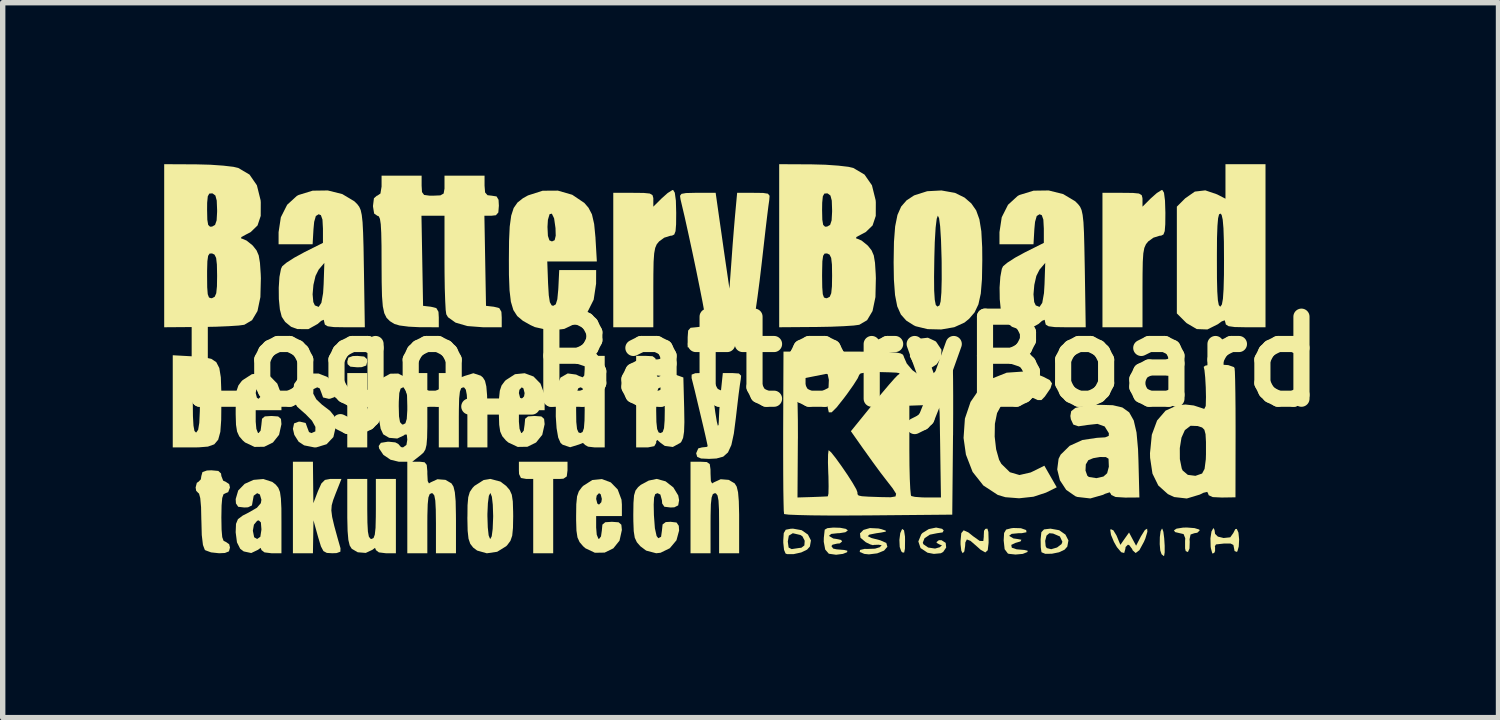
<source format=kicad_pcb>
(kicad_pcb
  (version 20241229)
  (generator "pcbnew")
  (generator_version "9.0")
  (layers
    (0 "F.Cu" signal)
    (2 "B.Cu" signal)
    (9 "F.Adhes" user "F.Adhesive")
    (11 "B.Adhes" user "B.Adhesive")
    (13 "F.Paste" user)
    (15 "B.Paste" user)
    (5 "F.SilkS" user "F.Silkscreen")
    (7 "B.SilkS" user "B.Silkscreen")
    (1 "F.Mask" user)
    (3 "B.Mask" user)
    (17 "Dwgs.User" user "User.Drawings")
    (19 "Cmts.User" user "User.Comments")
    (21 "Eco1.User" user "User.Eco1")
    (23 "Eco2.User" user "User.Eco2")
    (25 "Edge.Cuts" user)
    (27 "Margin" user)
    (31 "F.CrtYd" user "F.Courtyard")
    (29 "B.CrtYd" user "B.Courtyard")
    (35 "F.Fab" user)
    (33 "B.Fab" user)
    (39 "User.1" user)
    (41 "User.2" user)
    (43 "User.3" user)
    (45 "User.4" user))
  (footprint "Logo_BatteryBoard"
    (layer "F.Cu")
    (at 10.893 3.667)
    (property "Reference" "Logo_BatteryBoard" (at 0 0 0) (layer "F.SilkS") (effects (font (size 1.524 1.524) (thickness 0.3))))
    (attr board_only exclude_from_pos_files exclude_from_bom)
    (fp_poly (pts (xy -7.121 1.594) (xy -7.492 1.594) (xy -7.492 0.213) (xy -7.121 0.213)) (stroke (width 0) (type solid)) (fill yes) (layer "F.SilkS"))
    (fp_poly (pts (xy -7.178 -0.094) (xy -7.127 -0.048) (xy -7.121 0) (xy -7.141 0.073) (xy -7.223 0.103) (xy -7.306 0.106) (xy -7.435 0.094) (xy -7.486 0.048) (xy -7.492 0) (xy -7.472 -0.073) (xy -7.39 -0.103) (xy -7.306 -0.106)) (stroke (width 0) (type solid)) (fill yes) (layer "F.SilkS"))
    (fp_poly (pts (xy 2.85 3.134) (xy 2.868 3.249) (xy 2.869 3.318) (xy 2.867 3.476) (xy 2.853 3.546) (xy 2.824 3.547) (xy 2.799 3.525) (xy 2.77 3.443) (xy 2.764 3.313) (xy 2.78 3.186) (xy 2.814 3.11) (xy 2.816 3.109)) (stroke (width 0) (type solid)) (fill yes) (layer "F.SilkS"))
    (fp_poly (pts (xy 3.435 -0.378) (xy 3.448 -0.366) (xy 3.546 -0.22) (xy 3.538 -0.068) (xy 3.454 0.053) (xy 3.304 0.147) (xy 3.153 0.135) (xy 3.035 0.048) (xy 2.959 -0.093) (xy 2.968 -0.232) (xy 3.04 -0.351) (xy 3.155 -0.428) (xy 3.293 -0.444)) (stroke (width 0) (type solid)) (fill yes) (layer "F.SilkS"))
    (fp_poly (pts (xy -3.401 2.019) (xy -3.415 2.133) (xy -3.476 2.175) (xy -3.534 2.179) (xy -3.667 2.179) (xy -3.667 3.56) (xy -4.038 3.56) (xy -4.038 2.179) (xy -4.171 2.179) (xy -4.266 2.162) (xy -4.301 2.089) (xy -4.304 2.019) (xy -4.304 1.86) (xy -3.401 1.86)) (stroke (width 0) (type solid)) (fill yes) (layer "F.SilkS"))
    (fp_poly (pts (xy 7.648 3.106) (xy 7.668 3.163) (xy 7.683 3.281) (xy 7.692 3.421) (xy 7.692 3.544) (xy 7.681 3.61) (xy 7.677 3.613) (xy 7.64 3.584) (xy 7.634 3.578) (xy 7.61 3.509) (xy 7.6 3.391) (xy 7.602 3.26) (xy 7.616 3.152) (xy 7.64 3.104)) (stroke (width 0) (type solid)) (fill yes) (layer "F.SilkS"))
    (fp_poly (pts (xy 8.246 3.093) (xy 8.332 3.119) (xy 8.343 3.135) (xy 8.298 3.179) (xy 8.243 3.188) (xy 8.173 3.212) (xy 8.154 3.3) (xy 8.157 3.349) (xy 8.153 3.471) (xy 8.124 3.538) (xy 8.083 3.52) (xy 8.071 3.47) (xy 8.071 3.331) (xy 8.074 3.281) (xy 8.043 3.204) (xy 7.974 3.188) (xy 7.886 3.167) (xy 7.864 3.135) (xy 7.912 3.103) (xy 8.032 3.084) (xy 8.104 3.082)) (stroke (width 0) (type solid)) (fill yes) (layer "F.SilkS"))
    (fp_poly (pts (xy 4.417 3.165) (xy 4.421 3.31) (xy 4.421 3.367) (xy 4.405 3.504) (xy 4.36 3.545) (xy 4.271 3.494) (xy 4.208 3.437) (xy 4.085 3.33) (xy 4.017 3.304) (xy 3.989 3.359) (xy 3.985 3.427) (xy 3.97 3.527) (xy 3.94 3.56) (xy 3.914 3.513) (xy 3.9 3.394) (xy 3.9 3.334) (xy 3.914 3.186) (xy 3.958 3.134) (xy 4.045 3.173) (xy 4.132 3.243) (xy 4.256 3.331) (xy 4.323 3.333) (xy 4.332 3.249) (xy 4.331 3.243) (xy 4.336 3.143) (xy 4.361 3.107) (xy 4.399 3.103)) (stroke (width 0) (type solid)) (fill yes) (layer "F.SilkS"))
    (fp_poly (pts (xy -8.122 2.63) (xy -8.036 2.404) (xy -7.973 2.264) (xy -7.907 2.198) (xy -7.807 2.179) (xy -7.775 2.179) (xy -7.6 2.179) (xy -7.71 2.456) (xy -7.754 2.572) (xy -7.781 2.668) (xy -7.788 2.765) (xy -7.773 2.886) (xy -7.734 3.052) (xy -7.67 3.285) (xy -7.618 3.467) (xy -7.62 3.531) (xy -7.69 3.557) (xy -7.771 3.56) (xy -7.872 3.554) (xy -7.935 3.52) (xy -7.981 3.433) (xy -8.031 3.269) (xy -8.035 3.255) (xy -8.12 2.949) (xy -8.125 3.255) (xy -8.13 3.56) (xy -8.502 3.56) (xy -8.502 1.86) (xy -8.13 1.86)) (stroke (width 0) (type solid)) (fill yes) (layer "F.SilkS"))
    (fp_poly (pts (xy 7.371 3.16) (xy 7.333 3.286) (xy 7.307 3.347) (xy 7.222 3.503) (xy 7.153 3.556) (xy 7.098 3.507) (xy 7.087 3.481) (xy 7.034 3.41) (xy 7.009 3.401) (xy 6.966 3.444) (xy 6.961 3.481) (xy 6.94 3.555) (xy 6.884 3.541) (xy 6.805 3.447) (xy 6.75 3.351) (xy 6.695 3.219) (xy 6.681 3.129) (xy 6.69 3.112) (xy 6.739 3.135) (xy 6.797 3.23) (xy 6.803 3.244) (xy 6.869 3.404) (xy 6.949 3.289) (xy 7.03 3.175) (xy 7.095 3.297) (xy 7.161 3.42) (xy 7.251 3.246) (xy 7.324 3.129) (xy 7.366 3.104)) (stroke (width 0) (type solid)) (fill yes) (layer "F.SilkS"))
    (fp_poly (pts (xy -7.121 2.737) (xy -7.118 2.991) (xy -7.109 3.157) (xy -7.091 3.251) (xy -7.062 3.29) (xy -7.041 3.295) (xy -7.004 3.277) (xy -6.981 3.215) (xy -6.967 3.089) (xy -6.962 2.884) (xy -6.961 2.737) (xy -6.961 2.179) (xy -6.589 2.179) (xy -6.589 3.56) (xy -6.775 3.56) (xy -6.905 3.544) (xy -6.961 3.501) (xy -6.961 3.496) (xy -6.977 3.46) (xy -7.025 3.496) (xy -7.149 3.554) (xy -7.298 3.542) (xy -7.409 3.477) (xy -7.447 3.416) (xy -7.472 3.312) (xy -7.486 3.147) (xy -7.492 2.901) (xy -7.492 2.786) (xy -7.492 2.179) (xy -7.121 2.179)) (stroke (width 0) (type solid)) (fill yes) (layer "F.SilkS"))
    (fp_poly (pts (xy -5.483 0.226) (xy -5.422 0.26) (xy -5.42 0.268) (xy -5.388 0.295) (xy -5.317 0.268) (xy -5.15 0.216) (xy -5.012 0.262) (xy -4.972 0.296) (xy -4.934 0.357) (xy -4.909 0.46) (xy -4.895 0.626) (xy -4.889 0.872) (xy -4.889 0.987) (xy -4.889 1.594) (xy -5.261 1.594) (xy -5.261 1.036) (xy -5.263 0.781) (xy -5.272 0.616) (xy -5.29 0.522) (xy -5.319 0.483) (xy -5.34 0.478) (xy -5.377 0.495) (xy -5.4 0.558) (xy -5.414 0.684) (xy -5.419 0.889) (xy -5.42 1.036) (xy -5.42 1.594) (xy -5.792 1.594) (xy -5.792 0.213) (xy -5.606 0.213)) (stroke (width 0) (type solid)) (fill yes) (layer "F.SilkS"))
    (fp_poly (pts (xy -1.408 -3.137) (xy -1.388 -2.99) (xy -1.382 -2.763) (xy -1.384 -2.551) (xy -1.394 -2.424) (xy -1.418 -2.361) (xy -1.46 -2.34) (xy -1.488 -2.338) (xy -1.604 -2.302) (xy -1.7 -2.232) (xy -1.743 -2.18) (xy -1.772 -2.112) (xy -1.791 -2.01) (xy -1.802 -1.853) (xy -1.806 -1.624) (xy -1.807 -1.382) (xy -1.807 -0.638) (xy -2.551 -0.638) (xy -2.551 -3.135) (xy -2.179 -3.135) (xy -1.984 -3.133) (xy -1.873 -3.122) (xy -1.822 -3.092) (xy -1.807 -3.038) (xy -1.807 -3.006) (xy -1.807 -2.878) (xy -1.651 -3.033) (xy -1.541 -3.131) (xy -1.455 -3.185) (xy -1.439 -3.188)) (stroke (width 0) (type solid)) (fill yes) (layer "F.SilkS"))
    (fp_poly (pts (xy 3.557 3.106) (xy 3.587 3.135) (xy 3.567 3.173) (xy 3.464 3.188) (xy 3.464 3.188) (xy 3.329 3.215) (xy 3.231 3.281) (xy 3.199 3.362) (xy 3.209 3.392) (xy 3.299 3.454) (xy 3.427 3.473) (xy 3.515 3.448) (xy 3.555 3.41) (xy 3.52 3.402) (xy 3.459 3.37) (xy 3.454 3.352) (xy 3.497 3.318) (xy 3.547 3.318) (xy 3.624 3.367) (xy 3.633 3.454) (xy 3.577 3.536) (xy 3.534 3.56) (xy 3.404 3.572) (xy 3.287 3.55) (xy 3.157 3.464) (xy 3.116 3.341) (xy 3.17 3.209) (xy 3.192 3.184) (xy 3.31 3.111) (xy 3.446 3.083)) (stroke (width 0) (type solid)) (fill yes) (layer "F.SilkS"))
    (fp_poly (pts (xy 7.679 -3.137) (xy 7.698 -2.99) (xy 7.705 -2.763) (xy 7.703 -2.551) (xy 7.693 -2.424) (xy 7.669 -2.361) (xy 7.627 -2.34) (xy 7.599 -2.338) (xy 7.483 -2.302) (xy 7.386 -2.232) (xy 7.344 -2.18) (xy 7.314 -2.112) (xy 7.295 -2.01) (xy 7.285 -1.853) (xy 7.281 -1.624) (xy 7.28 -1.382) (xy 7.28 -0.638) (xy 6.536 -0.638) (xy 6.536 -3.135) (xy 6.908 -3.135) (xy 7.102 -3.133) (xy 7.214 -3.122) (xy 7.265 -3.092) (xy 7.279 -3.038) (xy 7.28 -3.006) (xy 7.28 -2.878) (xy 7.435 -3.033) (xy 7.546 -3.131) (xy 7.632 -3.185) (xy 7.648 -3.188)) (stroke (width 0) (type solid)) (fill yes) (layer "F.SilkS"))
    (fp_poly (pts (xy 0.949 3.132) (xy 1.065 3.213) (xy 1.121 3.322) (xy 1.101 3.436) (xy 1.049 3.493) (xy 0.941 3.545) (xy 0.801 3.576) (xy 0.682 3.577) (xy 0.65 3.566) (xy 0.621 3.497) (xy 0.607 3.365) (xy 0.607 3.343) (xy 0.691 3.343) (xy 0.706 3.454) (xy 0.762 3.483) (xy 0.784 3.48) (xy 0.903 3.462) (xy 0.943 3.458) (xy 0.999 3.415) (xy 1.005 3.328) (xy 0.963 3.246) (xy 0.926 3.221) (xy 0.784 3.188) (xy 0.71 3.233) (xy 0.691 3.343) (xy 0.607 3.343) (xy 0.607 3.321) (xy 0.616 3.185) (xy 0.653 3.123) (xy 0.745 3.105) (xy 0.788 3.103)) (stroke (width 0) (type solid)) (fill yes) (layer "F.SilkS"))
    (fp_poly (pts (xy 5.732 3.132) (xy 5.848 3.213) (xy 5.904 3.322) (xy 5.883 3.437) (xy 5.832 3.494) (xy 5.73 3.542) (xy 5.597 3.569) (xy 5.474 3.571) (xy 5.405 3.542) (xy 5.403 3.537) (xy 5.39 3.449) (xy 5.388 3.33) (xy 5.472 3.33) (xy 5.481 3.429) (xy 5.501 3.464) (xy 5.584 3.485) (xy 5.693 3.453) (xy 5.776 3.39) (xy 5.792 3.347) (xy 5.745 3.248) (xy 5.619 3.194) (xy 5.549 3.188) (xy 5.497 3.232) (xy 5.472 3.33) (xy 5.388 3.33) (xy 5.387 3.309) (xy 5.388 3.295) (xy 5.401 3.169) (xy 5.451 3.117) (xy 5.57 3.103) (xy 5.57 3.103)) (stroke (width 0) (type solid)) (fill yes) (layer "F.SilkS"))
    (fp_poly (pts (xy 8.618 3.127) (xy 8.628 3.2) (xy 8.68 3.251) (xy 8.787 3.277) (xy 8.91 3.264) (xy 8.965 3.187) (xy 8.966 3.186) (xy 9.003 3.113) (xy 9.031 3.107) (xy 9.062 3.176) (xy 9.075 3.302) (xy 9.068 3.434) (xy 9.043 3.524) (xy 9.032 3.535) (xy 8.99 3.519) (xy 8.98 3.465) (xy 8.968 3.406) (xy 8.915 3.379) (xy 8.8 3.379) (xy 8.645 3.396) (xy 8.623 3.433) (xy 8.628 3.443) (xy 8.628 3.52) (xy 8.611 3.555) (xy 8.577 3.565) (xy 8.551 3.47) (xy 8.546 3.437) (xy 8.542 3.282) (xy 8.561 3.158) (xy 8.563 3.153) (xy 8.597 3.091)) (stroke (width 0) (type solid)) (fill yes) (layer "F.SilkS"))
    (fp_poly (pts (xy -0.813 1.866) (xy -0.759 1.903) (xy -0.745 2.002) (xy -0.744 2.083) (xy -0.738 2.219) (xy -0.715 2.263) (xy -0.68 2.242) (xy -0.556 2.185) (xy -0.407 2.197) (xy -0.296 2.262) (xy -0.258 2.323) (xy -0.233 2.427) (xy -0.219 2.592) (xy -0.213 2.838) (xy -0.213 2.953) (xy -0.213 3.56) (xy -0.585 3.56) (xy -0.585 3.002) (xy -0.587 2.748) (xy -0.596 2.582) (xy -0.614 2.488) (xy -0.643 2.449) (xy -0.664 2.444) (xy -0.701 2.461) (xy -0.724 2.524) (xy -0.738 2.65) (xy -0.743 2.855) (xy -0.744 3.002) (xy -0.744 3.56) (xy -1.116 3.56) (xy -1.116 1.86) (xy -0.93 1.86)) (stroke (width 0) (type solid)) (fill yes) (layer "F.SilkS"))
    (fp_poly (pts (xy 2.375 3.1) (xy 2.431 3.113) (xy 2.511 3.14) (xy 2.512 3.158) (xy 2.423 3.176) (xy 2.338 3.188) (xy 2.206 3.214) (xy 2.176 3.243) (xy 2.248 3.278) (xy 2.408 3.319) (xy 2.521 3.369) (xy 2.541 3.44) (xy 2.479 3.511) (xy 2.352 3.562) (xy 2.198 3.581) (xy 2.112 3.572) (xy 2.027 3.536) (xy 2.033 3.499) (xy 2.118 3.479) (xy 2.173 3.48) (xy 2.311 3.475) (xy 2.399 3.448) (xy 2.436 3.411) (xy 2.378 3.402) (xy 2.292 3.405) (xy 2.272 3.41) (xy 2.221 3.395) (xy 2.139 3.355) (xy 2.041 3.272) (xy 2.032 3.192) (xy 2.096 3.127) (xy 2.216 3.092)) (stroke (width 0) (type solid)) (fill yes) (layer "F.SilkS"))
    (fp_poly (pts (xy 5.021 3.095) (xy 5.115 3.128) (xy 5.119 3.131) (xy 5.125 3.17) (xy 5.039 3.187) (xy 4.976 3.188) (xy 4.849 3.2) (xy 4.806 3.232) (xy 4.809 3.241) (xy 4.883 3.285) (xy 4.954 3.295) (xy 5.03 3.309) (xy 5.015 3.34) (xy 4.919 3.368) (xy 4.919 3.368) (xy 4.842 3.405) (xy 4.852 3.457) (xy 4.942 3.487) (xy 5.086 3.499) (xy 5.146 3.513) (xy 5.144 3.535) (xy 5.141 3.538) (xy 5.056 3.572) (xy 4.922 3.584) (xy 4.798 3.571) (xy 4.779 3.565) (xy 4.719 3.485) (xy 4.701 3.321) (xy 4.709 3.184) (xy 4.747 3.12) (xy 4.841 3.096) (xy 4.882 3.091)) (stroke (width 0) (type solid)) (fill yes) (layer "F.SilkS"))
    (fp_poly (pts (xy 1.665 3.087) (xy 1.769 3.107) (xy 1.807 3.135) (xy 1.76 3.17) (xy 1.645 3.188) (xy 1.618 3.188) (xy 1.497 3.201) (xy 1.458 3.234) (xy 1.461 3.241) (xy 1.536 3.286) (xy 1.597 3.295) (xy 1.682 3.314) (xy 1.7 3.341) (xy 1.657 3.377) (xy 1.607 3.381) (xy 1.522 3.401) (xy 1.501 3.427) (xy 1.534 3.473) (xy 1.594 3.487) (xy 1.738 3.499) (xy 1.797 3.513) (xy 1.794 3.538) (xy 1.788 3.543) (xy 1.714 3.572) (xy 1.588 3.588) (xy 1.453 3.569) (xy 1.386 3.491) (xy 1.359 3.347) (xy 1.36 3.274) (xy 1.372 3.165) (xy 1.377 3.122) (xy 1.426 3.094) (xy 1.536 3.083)) (stroke (width 0) (type solid)) (fill yes) (layer "F.SilkS"))
    (fp_poly (pts (xy -10.356 -0.097) (xy -10.159 -0.082) (xy -10.018 -0.051) (xy -9.925 0.011) (xy -9.869 0.12) (xy -9.841 0.292) (xy -9.832 0.544) (xy -9.831 0.772) (xy -9.834 1.084) (xy -9.85 1.305) (xy -9.89 1.451) (xy -9.963 1.537) (xy -10.081 1.579) (xy -10.254 1.593) (xy -10.379 1.594) (xy -10.734 1.594) (xy -10.734 0.744) (xy -10.362 0.744) (xy -10.359 1.014) (xy -10.349 1.191) (xy -10.331 1.288) (xy -10.303 1.317) (xy -10.296 1.315) (xy -10.262 1.266) (xy -10.241 1.138) (xy -10.231 0.921) (xy -10.229 0.744) (xy -10.234 0.468) (xy -10.248 0.288) (xy -10.274 0.193) (xy -10.296 0.173) (xy -10.326 0.189) (xy -10.346 0.27) (xy -10.358 0.428) (xy -10.362 0.678) (xy -10.362 0.744) (xy -10.734 0.744) (xy -10.734 -0.118)) (stroke (width 0) (type solid)) (fill yes) (layer "F.SilkS"))
    (fp_poly (pts (xy 5.382 0.259) (xy 5.436 0.281) (xy 5.555 0.342) (xy 5.599 0.405) (xy 5.571 0.496) (xy 5.472 0.641) (xy 5.462 0.654) (xy 5.402 0.715) (xy 5.332 0.714) (xy 5.24 0.672) (xy 5.031 0.615) (xy 4.835 0.655) (xy 4.673 0.783) (xy 4.578 0.957) (xy 4.538 1.155) (xy 4.534 1.393) (xy 4.561 1.629) (xy 4.616 1.824) (xy 4.658 1.9) (xy 4.817 2.055) (xy 4.994 2.107) (xy 5.2 2.06) (xy 5.247 2.038) (xy 5.457 1.934) (xy 5.572 2.135) (xy 5.687 2.335) (xy 5.487 2.434) (xy 5.255 2.51) (xy 4.988 2.539) (xy 4.733 2.519) (xy 4.592 2.477) (xy 4.323 2.301) (xy 4.124 2.049) (xy 4 1.728) (xy 3.956 1.418) (xy 3.981 1.059) (xy 4.086 0.749) (xy 4.258 0.498) (xy 4.486 0.314) (xy 4.757 0.206) (xy 5.06 0.185)) (stroke (width 0) (type solid)) (fill yes) (layer "F.SilkS"))
    (fp_poly (pts (xy -9.888 2.031) (xy -9.837 2.078) (xy -9.831 2.126) (xy -9.797 2.212) (xy -9.751 2.232) (xy -9.686 2.276) (xy -9.671 2.338) (xy -9.704 2.425) (xy -9.751 2.444) (xy -9.791 2.464) (xy -9.815 2.534) (xy -9.827 2.673) (xy -9.831 2.896) (xy -9.827 3.122) (xy -9.815 3.26) (xy -9.79 3.329) (xy -9.751 3.348) (xy -9.686 3.392) (xy -9.671 3.454) (xy -9.69 3.525) (xy -9.765 3.555) (xy -9.873 3.56) (xy -10.022 3.544) (xy -10.128 3.505) (xy -10.139 3.496) (xy -10.173 3.406) (xy -10.195 3.221) (xy -10.202 2.953) (xy -10.203 2.939) (xy -10.208 2.704) (xy -10.223 2.536) (xy -10.246 2.451) (xy -10.256 2.444) (xy -10.299 2.4) (xy -10.309 2.338) (xy -10.287 2.252) (xy -10.256 2.232) (xy -10.212 2.187) (xy -10.203 2.126) (xy -10.182 2.052) (xy -10.1 2.023) (xy -10.017 2.019)) (stroke (width 0) (type solid)) (fill yes) (layer "F.SilkS"))
    (fp_poly (pts (xy -1.58 2.224) (xy -1.435 2.337) (xy -1.344 2.487) (xy -1.328 2.575) (xy -1.345 2.671) (xy -1.417 2.707) (xy -1.488 2.71) (xy -1.602 2.696) (xy -1.643 2.635) (xy -1.647 2.577) (xy -1.676 2.47) (xy -1.729 2.444) (xy -1.771 2.461) (xy -1.793 2.525) (xy -1.8 2.657) (xy -1.796 2.852) (xy -1.778 3.095) (xy -1.746 3.24) (xy -1.714 3.281) (xy -1.663 3.254) (xy -1.647 3.14) (xy -1.635 3.025) (xy -1.576 2.981) (xy -1.488 2.976) (xy -1.376 2.989) (xy -1.334 3.05) (xy -1.328 3.138) (xy -1.377 3.319) (xy -1.501 3.467) (xy -1.673 3.551) (xy -1.754 3.56) (xy -1.94 3.511) (xy -2.048 3.43) (xy -2.113 3.355) (xy -2.152 3.271) (xy -2.171 3.15) (xy -2.178 2.964) (xy -2.179 2.849) (xy -2.176 2.627) (xy -2.165 2.485) (xy -2.138 2.395) (xy -2.089 2.331) (xy -2.039 2.289) (xy -1.892 2.21) (xy -1.744 2.179)) (stroke (width 0) (type solid)) (fill yes) (layer "F.SilkS"))
    (fp_poly (pts (xy -0.692 0.678) (xy -0.655 0.948) (xy -0.627 1.118) (xy -0.608 1.192) (xy -0.595 1.176) (xy -0.589 1.076) (xy -0.589 1.057) (xy -0.581 0.897) (xy -0.564 0.686) (xy -0.55 0.539) (xy -0.516 0.213) (xy -0.337 0.213) (xy -0.217 0.221) (xy -0.176 0.262) (xy -0.183 0.332) (xy -0.199 0.433) (xy -0.223 0.612) (xy -0.25 0.841) (xy -0.272 1.032) (xy -0.311 1.336) (xy -0.357 1.549) (xy -0.42 1.687) (xy -0.509 1.766) (xy -0.635 1.8) (xy -0.771 1.807) (xy -0.92 1.8) (xy -0.991 1.771) (xy -1.01 1.708) (xy -1.01 1.7) (xy -0.972 1.612) (xy -0.903 1.594) (xy -0.817 1.585) (xy -0.797 1.572) (xy -0.809 1.514) (xy -0.839 1.377) (xy -0.883 1.187) (xy -0.935 0.968) (xy -0.988 0.746) (xy -1.036 0.544) (xy -1.075 0.388) (xy -1.096 0.306) (xy -1.095 0.242) (xy -1.027 0.216) (xy -0.939 0.213) (xy -0.755 0.213)) (stroke (width 0) (type solid)) (fill yes) (layer "F.SilkS"))
    (fp_poly (pts (xy -4.649 2.228) (xy -4.541 2.309) (xy -4.475 2.386) (xy -4.436 2.473) (xy -4.417 2.598) (xy -4.411 2.792) (xy -4.41 2.869) (xy -4.414 3.09) (xy -4.428 3.233) (xy -4.461 3.329) (xy -4.518 3.406) (xy -4.541 3.43) (xy -4.708 3.533) (xy -4.9 3.561) (xy -5.08 3.51) (xy -5.154 3.454) (xy -5.208 3.384) (xy -5.24 3.289) (xy -5.256 3.143) (xy -5.261 2.918) (xy -5.261 2.894) (xy -5.26 2.869) (xy -4.889 2.869) (xy -4.882 3.08) (xy -4.866 3.228) (xy -4.84 3.293) (xy -4.836 3.295) (xy -4.809 3.245) (xy -4.791 3.109) (xy -4.783 2.907) (xy -4.782 2.869) (xy -4.789 2.659) (xy -4.806 2.511) (xy -4.831 2.446) (xy -4.836 2.444) (xy -4.862 2.494) (xy -4.88 2.63) (xy -4.889 2.831) (xy -4.889 2.869) (xy -5.26 2.869) (xy -5.258 2.667) (xy -5.245 2.519) (xy -5.216 2.421) (xy -5.165 2.346) (xy -5.13 2.309) (xy -4.959 2.2) (xy -4.836 2.179)) (stroke (width 0) (type solid)) (fill yes) (layer "F.SilkS"))
    (fp_poly (pts (xy 9.565 -0.638) (xy 9.193 -0.638) (xy 8.993 -0.642) (xy 8.878 -0.658) (xy 8.828 -0.69) (xy 8.821 -0.721) (xy 8.807 -0.767) (xy 8.752 -0.747) (xy 8.681 -0.695) (xy 8.485 -0.597) (xy 8.288 -0.604) (xy 8.099 -0.715) (xy 8.073 -0.74) (xy 7.918 -0.895) (xy 7.918 -1.886) (xy 8.662 -1.886) (xy 8.663 -1.547) (xy 8.669 -1.302) (xy 8.68 -1.14) (xy 8.697 -1.051) (xy 8.721 -1.022) (xy 8.728 -1.023) (xy 8.755 -1.062) (xy 8.774 -1.166) (xy 8.786 -1.345) (xy 8.793 -1.611) (xy 8.794 -1.886) (xy 8.792 -2.228) (xy 8.784 -2.474) (xy 8.77 -2.636) (xy 8.75 -2.725) (xy 8.728 -2.75) (xy 8.702 -2.735) (xy 8.684 -2.662) (xy 8.672 -2.52) (xy 8.664 -2.297) (xy 8.662 -1.983) (xy 8.662 -1.886) (xy 7.918 -1.886) (xy 7.918 -2.878) (xy 8.073 -3.033) (xy 8.252 -3.158) (xy 8.447 -3.181) (xy 8.664 -3.107) (xy 8.821 -3.026) (xy 8.821 -3.667) (xy 9.565 -3.667)) (stroke (width 0) (type solid)) (fill yes) (layer "F.SilkS"))
    (fp_poly (pts (xy -8.921 0.277) (xy -8.792 0.409) (xy -8.721 0.599) (xy -8.715 0.688) (xy -8.715 0.903) (xy -9.193 0.903) (xy -9.193 1.116) (xy -9.181 1.249) (xy -9.152 1.323) (xy -9.14 1.328) (xy -9.102 1.282) (xy -9.087 1.171) (xy -9.087 1.169) (xy -9.076 1.062) (xy -9.024 1.018) (xy -8.901 1.01) (xy -8.776 1.019) (xy -8.724 1.064) (xy -8.715 1.162) (xy -8.759 1.36) (xy -8.873 1.503) (xy -9.034 1.582) (xy -9.215 1.585) (xy -9.391 1.502) (xy -9.434 1.464) (xy -9.5 1.387) (xy -9.539 1.3) (xy -9.559 1.174) (xy -9.565 0.98) (xy -9.565 0.903) (xy -9.562 0.683) (xy -9.552 0.585) (xy -9.193 0.585) (xy -9.171 0.671) (xy -9.14 0.691) (xy -9.097 0.646) (xy -9.087 0.585) (xy -9.109 0.498) (xy -9.14 0.478) (xy -9.183 0.523) (xy -9.193 0.585) (xy -9.552 0.585) (xy -9.547 0.539) (xy -9.515 0.444) (xy -9.458 0.367) (xy -9.434 0.343) (xy -9.264 0.234) (xy -9.086 0.216)) (stroke (width 0) (type solid)) (fill yes) (layer "F.SilkS"))
    (fp_poly (pts (xy -8.023 0.222) (xy -7.86 0.287) (xy -7.745 0.407) (xy -7.705 0.558) (xy -7.727 0.659) (xy -7.813 0.69) (xy -7.838 0.691) (xy -7.942 0.666) (xy -7.971 0.585) (xy -8.004 0.498) (xy -8.05 0.478) (xy -8.121 0.512) (xy -8.124 0.595) (xy -8.067 0.701) (xy -7.958 0.804) (xy -7.957 0.804) (xy -7.813 0.914) (xy -7.737 1.007) (xy -7.709 1.117) (xy -7.706 1.209) (xy -7.75 1.402) (xy -7.876 1.535) (xy -8.066 1.593) (xy -8.104 1.594) (xy -8.293 1.556) (xy -8.396 1.488) (xy -8.476 1.361) (xy -8.502 1.249) (xy -8.48 1.148) (xy -8.394 1.116) (xy -8.369 1.116) (xy -8.265 1.141) (xy -8.236 1.222) (xy -8.203 1.309) (xy -8.157 1.328) (xy -8.085 1.296) (xy -8.084 1.213) (xy -8.148 1.098) (xy -8.268 0.974) (xy -8.29 0.956) (xy -8.421 0.84) (xy -8.484 0.738) (xy -8.502 0.609) (xy -8.502 0.583) (xy -8.48 0.416) (xy -8.403 0.309) (xy -8.384 0.295) (xy -8.207 0.221)) (stroke (width 0) (type solid)) (fill yes) (layer "F.SilkS"))
    (fp_poly (pts (xy -4.032 0.277) (xy -3.903 0.409) (xy -3.833 0.599) (xy -3.826 0.688) (xy -3.826 0.903) (xy -4.304 0.903) (xy -4.304 1.116) (xy -4.292 1.249) (xy -4.263 1.323) (xy -4.251 1.328) (xy -4.214 1.282) (xy -4.198 1.171) (xy -4.198 1.169) (xy -4.188 1.062) (xy -4.135 1.018) (xy -4.012 1.01) (xy -3.887 1.019) (xy -3.836 1.064) (xy -3.826 1.162) (xy -3.87 1.36) (xy -3.985 1.503) (xy -4.145 1.582) (xy -4.326 1.585) (xy -4.502 1.502) (xy -4.546 1.464) (xy -4.612 1.387) (xy -4.651 1.3) (xy -4.67 1.174) (xy -4.676 0.98) (xy -4.676 0.903) (xy -4.673 0.683) (xy -4.663 0.585) (xy -4.304 0.585) (xy -4.282 0.671) (xy -4.251 0.691) (xy -4.208 0.646) (xy -4.198 0.585) (xy -4.22 0.498) (xy -4.251 0.478) (xy -4.294 0.523) (xy -4.304 0.585) (xy -4.663 0.585) (xy -4.658 0.539) (xy -4.626 0.444) (xy -4.569 0.367) (xy -4.546 0.343) (xy -4.376 0.234) (xy -4.197 0.216)) (stroke (width 0) (type solid)) (fill yes) (layer "F.SilkS"))
    (fp_poly (pts (xy -2.71 1.594) (xy -2.896 1.594) (xy -3.019 1.58) (xy -3.08 1.546) (xy -3.082 1.539) (xy -3.115 1.511) (xy -3.185 1.539) (xy -3.352 1.591) (xy -3.49 1.545) (xy -3.53 1.511) (xy -3.574 1.411) (xy -3.604 1.237) (xy -3.619 1.017) (xy -3.618 0.903) (xy -3.241 0.903) (xy -3.238 1.121) (xy -3.224 1.252) (xy -3.197 1.315) (xy -3.162 1.328) (xy -3.121 1.308) (xy -3.096 1.236) (xy -3.085 1.092) (xy -3.082 0.903) (xy -3.086 0.685) (xy -3.099 0.554) (xy -3.126 0.492) (xy -3.162 0.478) (xy -3.203 0.498) (xy -3.227 0.571) (xy -3.239 0.715) (xy -3.241 0.903) (xy -3.618 0.903) (xy -3.618 0.783) (xy -3.603 0.565) (xy -3.573 0.392) (xy -3.53 0.296) (xy -3.397 0.22) (xy -3.241 0.241) (xy -3.185 0.268) (xy -3.119 0.292) (xy -3.09 0.258) (xy -3.082 0.143) (xy -3.082 0.108) (xy -3.077 -0.029) (xy -3.042 -0.09) (xy -2.953 -0.106) (xy -2.896 -0.106) (xy -2.71 -0.106)) (stroke (width 0) (type solid)) (fill yes) (layer "F.SilkS"))
    (fp_poly (pts (xy -2.597 2.244) (xy -2.469 2.375) (xy -2.398 2.565) (xy -2.391 2.654) (xy -2.391 2.869) (xy -2.869 2.869) (xy -2.869 3.082) (xy -2.858 3.215) (xy -2.828 3.289) (xy -2.816 3.295) (xy -2.779 3.248) (xy -2.763 3.137) (xy -2.763 3.135) (xy -2.753 3.028) (xy -2.7 2.984) (xy -2.577 2.976) (xy -2.452 2.985) (xy -2.401 3.03) (xy -2.391 3.128) (xy -2.435 3.326) (xy -2.55 3.469) (xy -2.711 3.548) (xy -2.892 3.551) (xy -3.068 3.468) (xy -3.111 3.43) (xy -3.177 3.353) (xy -3.216 3.266) (xy -3.235 3.14) (xy -3.241 2.946) (xy -3.241 2.869) (xy -3.238 2.649) (xy -3.228 2.551) (xy -2.869 2.551) (xy -2.847 2.637) (xy -2.816 2.657) (xy -2.773 2.612) (xy -2.763 2.551) (xy -2.785 2.464) (xy -2.816 2.444) (xy -2.859 2.489) (xy -2.869 2.551) (xy -3.228 2.551) (xy -3.224 2.505) (xy -3.191 2.41) (xy -3.134 2.333) (xy -3.111 2.309) (xy -2.941 2.2) (xy -2.762 2.182)) (stroke (width 0) (type solid)) (fill yes) (layer "F.SilkS"))
    (fp_poly (pts (xy -1.821 -0.1) (xy -1.768 -0.06) (xy -1.754 0.043) (xy -1.754 0.107) (xy -1.749 0.239) (xy -1.726 0.286) (xy -1.671 0.268) (xy -1.65 0.255) (xy -1.515 0.217) (xy -1.397 0.242) (xy -1.249 0.295) (xy -1.234 0.859) (xy -1.23 1.124) (xy -1.236 1.303) (xy -1.254 1.418) (xy -1.286 1.488) (xy -1.304 1.509) (xy -1.445 1.586) (xy -1.594 1.566) (xy -1.67 1.511) (xy -1.734 1.455) (xy -1.753 1.479) (xy -1.754 1.511) (xy -1.789 1.571) (xy -1.907 1.594) (xy -1.94 1.594) (xy -2.126 1.594) (xy -2.126 0.903) (xy -1.754 0.903) (xy -1.75 1.121) (xy -1.736 1.252) (xy -1.709 1.315) (xy -1.674 1.328) (xy -1.633 1.308) (xy -1.608 1.236) (xy -1.597 1.092) (xy -1.594 0.903) (xy -1.598 0.685) (xy -1.612 0.554) (xy -1.639 0.492) (xy -1.674 0.478) (xy -1.715 0.498) (xy -1.739 0.571) (xy -1.751 0.715) (xy -1.754 0.903) (xy -2.126 0.903) (xy -2.126 -0.106) (xy -1.94 -0.106)) (stroke (width 0) (type solid)) (fill yes) (layer "F.SilkS"))
    (fp_poly (pts (xy -8.885 2.235) (xy -8.821 2.285) (xy -8.773 2.344) (xy -8.742 2.423) (xy -8.725 2.544) (xy -8.716 2.728) (xy -8.715 2.976) (xy -8.715 3.56) (xy -8.901 3.56) (xy -9.03 3.544) (xy -9.086 3.501) (xy -9.087 3.496) (xy -9.102 3.46) (xy -9.15 3.496) (xy -9.276 3.556) (xy -9.416 3.526) (xy -9.481 3.477) (xy -9.541 3.358) (xy -9.565 3.173) (xy -9.565 3.157) (xy -9.564 3.141) (xy -9.246 3.141) (xy -9.222 3.263) (xy -9.166 3.295) (xy -9.107 3.254) (xy -9.087 3.124) (xy -9.087 3.11) (xy -9.097 2.987) (xy -9.136 2.95) (xy -9.166 2.957) (xy -9.226 3.029) (xy -9.246 3.141) (xy -9.564 3.141) (xy -9.559 3.014) (xy -9.523 2.927) (xy -9.434 2.86) (xy -9.326 2.805) (xy -9.17 2.715) (xy -9.098 2.63) (xy -9.087 2.567) (xy -9.116 2.468) (xy -9.166 2.444) (xy -9.23 2.491) (xy -9.246 2.577) (xy -9.263 2.672) (xy -9.336 2.707) (xy -9.405 2.71) (xy -9.518 2.697) (xy -9.56 2.635) (xy -9.565 2.554) (xy -9.518 2.394) (xy -9.398 2.271) (xy -9.233 2.197) (xy -9.052 2.181)) (stroke (width 0) (type solid)) (fill yes) (layer "F.SilkS"))
    (fp_poly (pts (xy -0.583 -2.67) (xy -0.542 -2.386) (xy -0.498 -2.075) (xy -0.458 -1.799) (xy -0.455 -1.78) (xy -0.393 -1.355) (xy -0.354 -1.886) (xy -0.334 -2.165) (xy -0.311 -2.453) (xy -0.29 -2.7) (xy -0.283 -2.776) (xy -0.25 -3.135) (xy 0.059 -3.135) (xy 0.232 -3.133) (xy 0.322 -3.119) (xy 0.353 -3.08) (xy 0.347 -3.006) (xy 0.345 -2.989) (xy 0.331 -2.891) (xy 0.308 -2.707) (xy 0.278 -2.456) (xy 0.244 -2.158) (xy 0.207 -1.833) (xy 0.168 -1.504) (xy 0.128 -1.199) (xy 0.091 -0.939) (xy 0.058 -0.745) (xy 0.034 -0.638) (xy -0.063 -0.466) (xy -0.231 -0.35) (xy -0.478 -0.285) (xy -0.784 -0.266) (xy -1.169 -0.266) (xy -1.169 -0.452) (xy -1.16 -0.577) (xy -1.115 -0.628) (xy -1.013 -0.638) (xy -0.891 -0.652) (xy -0.827 -0.685) (xy -0.831 -0.746) (xy -0.854 -0.895) (xy -0.894 -1.114) (xy -0.948 -1.387) (xy -1.011 -1.698) (xy -1.081 -2.031) (xy -1.154 -2.368) (xy -1.226 -2.693) (xy -1.296 -2.99) (xy -1.302 -3.016) (xy -1.311 -3.08) (xy -1.284 -3.116) (xy -1.2 -3.131) (xy -1.036 -3.135) (xy -0.99 -3.135) (xy -0.649 -3.135)) (stroke (width 0) (type solid)) (fill yes) (layer "F.SilkS"))
    (fp_poly (pts (xy 3.797 -3.134) (xy 3.974 -3.047) (xy 4.1 -2.938) (xy 4.19 -2.809) (xy 4.25 -2.643) (xy 4.286 -2.421) (xy 4.302 -2.124) (xy 4.304 -1.886) (xy 4.298 -1.532) (xy 4.276 -1.264) (xy 4.232 -1.064) (xy 4.161 -0.914) (xy 4.059 -0.795) (xy 3.973 -0.725) (xy 3.784 -0.639) (xy 3.542 -0.597) (xy 3.288 -0.603) (xy 3.066 -0.657) (xy 3.029 -0.675) (xy 2.892 -0.762) (xy 2.792 -0.874) (xy 2.724 -1.026) (xy 2.683 -1.237) (xy 2.662 -1.521) (xy 2.661 -1.576) (xy 3.408 -1.576) (xy 3.41 -1.319) (xy 3.421 -1.148) (xy 3.44 -1.052) (xy 3.47 -1.022) (xy 3.51 -1.045) (xy 3.53 -1.118) (xy 3.544 -1.284) (xy 3.55 -1.528) (xy 3.549 -1.837) (xy 3.548 -1.904) (xy 3.537 -2.261) (xy 3.521 -2.515) (xy 3.501 -2.665) (xy 3.478 -2.711) (xy 3.457 -2.652) (xy 3.437 -2.488) (xy 3.421 -2.218) (xy 3.413 -1.929) (xy 3.408 -1.576) (xy 2.661 -1.576) (xy 2.657 -1.845) (xy 2.663 -2.223) (xy 2.685 -2.51) (xy 2.728 -2.724) (xy 2.797 -2.88) (xy 2.897 -2.995) (xy 3.032 -3.084) (xy 3.045 -3.09) (xy 3.281 -3.165) (xy 3.545 -3.179)) (stroke (width 0) (type solid)) (fill yes) (layer "F.SilkS"))
    (fp_poly (pts (xy 6.728 0.81) (xy 6.905 0.852) (xy 7.032 0.942) (xy 7.117 1.093) (xy 7.169 1.317) (xy 7.197 1.627) (xy 7.205 1.847) (xy 7.222 2.524) (xy 6.959 2.526) (xy 6.78 2.515) (xy 6.7 2.478) (xy 6.695 2.463) (xy 6.671 2.428) (xy 6.584 2.456) (xy 6.549 2.474) (xy 6.311 2.542) (xy 6.068 2.514) (xy 6.031 2.5) (xy 5.862 2.382) (xy 5.746 2.205) (xy 5.701 2.024) (xy 6.221 2.024) (xy 6.255 2.12) (xy 6.284 2.143) (xy 6.424 2.165) (xy 6.555 2.135) (xy 6.623 2.074) (xy 6.655 1.953) (xy 6.649 1.804) (xy 6.6 1.774) (xy 6.491 1.772) (xy 6.365 1.794) (xy 6.274 1.831) (xy 6.227 1.91) (xy 6.221 2.024) (xy 5.701 2.024) (xy 5.696 2.002) (xy 5.721 1.806) (xy 5.759 1.729) (xy 5.927 1.564) (xy 6.165 1.456) (xy 6.435 1.416) (xy 6.587 1.407) (xy 6.653 1.38) (xy 6.655 1.33) (xy 6.577 1.205) (xy 6.444 1.157) (xy 6.26 1.177) (xy 6.09 1.202) (xy 5.995 1.17) (xy 5.949 1.071) (xy 5.94 1.01) (xy 5.955 0.921) (xy 6.033 0.86) (xy 6.188 0.823) (xy 6.433 0.805) (xy 6.493 0.803)) (stroke (width 0) (type solid)) (fill yes) (layer "F.SilkS"))
    (fp_poly (pts (xy -3.313 -3.099) (xy -3.089 -2.948) (xy -3.011 -2.858) (xy -2.947 -2.735) (xy -2.906 -2.556) (xy -2.881 -2.298) (xy -2.881 -2.287) (xy -2.856 -1.86) (xy -3.777 -1.86) (xy -3.762 -1.448) (xy -3.749 -1.232) (xy -3.729 -1.104) (xy -3.696 -1.045) (xy -3.667 -1.036) (xy -3.619 -1.064) (xy -3.59 -1.158) (xy -3.573 -1.337) (xy -3.571 -1.368) (xy -3.555 -1.7) (xy -2.869 -1.7) (xy -2.87 -1.448) (xy -2.915 -1.15) (xy -3.039 -0.903) (xy -3.227 -0.719) (xy -3.462 -0.607) (xy -3.728 -0.578) (xy -4.008 -0.641) (xy -4.088 -0.678) (xy -4.23 -0.758) (xy -4.335 -0.846) (xy -4.407 -0.958) (xy -4.453 -1.112) (xy -4.478 -1.324) (xy -4.489 -1.612) (xy -4.49 -1.882) (xy -4.487 -2.243) (xy -4.475 -2.502) (xy -3.773 -2.502) (xy -3.765 -2.335) (xy -3.737 -2.252) (xy -3.69 -2.232) (xy -3.64 -2.255) (xy -3.62 -2.338) (xy -3.624 -2.48) (xy -3.65 -2.661) (xy -3.692 -2.748) (xy -3.734 -2.739) (xy -3.765 -2.634) (xy -3.773 -2.502) (xy -4.475 -2.502) (xy -4.474 -2.513) (xy -4.447 -2.711) (xy -4.401 -2.853) (xy -4.33 -2.955) (xy -4.23 -3.034) (xy -4.135 -3.087) (xy -3.863 -3.174) (xy -3.58 -3.176)) (stroke (width 0) (type solid)) (fill yes) (layer "F.SilkS"))
    (fp_poly (pts (xy 8.872 0.065) (xy 8.976 0.101) (xy 8.99 0.12) (xy 8.996 0.19) (xy 9.001 0.351) (xy 9.005 0.585) (xy 9.008 0.876) (xy 9.009 1.209) (xy 9.009 1.354) (xy 9.007 2.521) (xy 8.754 2.525) (xy 8.585 2.517) (xy 8.509 2.482) (xy 8.502 2.459) (xy 8.483 2.42) (xy 8.411 2.437) (xy 8.345 2.47) (xy 8.103 2.543) (xy 7.868 2.516) (xy 7.751 2.461) (xy 7.573 2.301) (xy 7.465 2.081) (xy 7.421 1.787) (xy 7.419 1.701) (xy 7.429 1.606) (xy 7.973 1.606) (xy 7.974 1.812) (xy 8.009 1.986) (xy 8.026 2.023) (xy 8.122 2.104) (xy 8.263 2.122) (xy 8.387 2.079) (xy 8.433 1.993) (xy 8.456 1.815) (xy 8.459 1.721) (xy 8.459 1.493) (xy 8.451 1.348) (xy 8.429 1.266) (xy 8.387 1.224) (xy 8.317 1.201) (xy 8.304 1.197) (xy 8.173 1.192) (xy 8.071 1.27) (xy 8.065 1.277) (xy 8.004 1.413) (xy 7.973 1.606) (xy 7.429 1.606) (xy 7.453 1.359) (xy 7.551 1.094) (xy 7.709 0.911) (xy 7.925 0.813) (xy 8.078 0.797) (xy 8.232 0.815) (xy 8.346 0.852) (xy 8.427 0.879) (xy 8.454 0.827) (xy 8.455 0.812) (xy 8.459 0.659) (xy 8.455 0.476) (xy 8.445 0.297) (xy 8.431 0.159) (xy 8.417 0.098) (xy 8.449 0.074) (xy 8.561 0.057) (xy 8.679 0.053)) (stroke (width 0) (type solid)) (fill yes) (layer "F.SilkS"))
    (fp_poly (pts (xy -7.585 -3.112) (xy -7.362 -2.979) (xy -7.306 -2.924) (xy -7.27 -2.876) (xy -7.243 -2.815) (xy -7.223 -2.724) (xy -7.208 -2.589) (xy -7.198 -2.395) (xy -7.19 -2.127) (xy -7.184 -1.769) (xy -7.183 -1.722) (xy -7.166 -0.638) (xy -7.542 -0.638) (xy -7.741 -0.641) (xy -7.856 -0.656) (xy -7.908 -0.687) (xy -7.918 -0.727) (xy -7.929 -0.777) (xy -7.976 -0.757) (xy -8.041 -0.7) (xy -8.215 -0.603) (xy -8.419 -0.604) (xy -8.536 -0.647) (xy -8.646 -0.737) (xy -8.709 -0.832) (xy -8.744 -0.968) (xy -8.763 -1.16) (xy -8.764 -1.25) (xy -8.136 -1.25) (xy -8.123 -1.106) (xy -8.094 -1.044) (xy -8.023 -1.016) (xy -7.973 -1.092) (xy -7.941 -1.272) (xy -7.931 -1.439) (xy -7.918 -1.833) (xy -8.024 -1.708) (xy -8.082 -1.591) (xy -8.121 -1.425) (xy -8.136 -1.25) (xy -8.764 -1.25) (xy -8.765 -1.374) (xy -8.752 -1.574) (xy -8.723 -1.723) (xy -8.701 -1.77) (xy -8.622 -1.837) (xy -8.477 -1.93) (xy -8.297 -2.028) (xy -8.29 -2.032) (xy -7.944 -2.205) (xy -7.944 -2.471) (xy -7.953 -2.638) (xy -7.982 -2.72) (xy -8.024 -2.737) (xy -8.076 -2.704) (xy -8.107 -2.596) (xy -8.12 -2.458) (xy -8.136 -2.179) (xy -8.768 -2.179) (xy -8.768 -2.404) (xy -8.726 -2.681) (xy -8.609 -2.913) (xy -8.43 -3.077) (xy -8.396 -3.095) (xy -8.135 -3.175) (xy -7.854 -3.179)) (stroke (width 0) (type solid)) (fill yes) (layer "F.SilkS"))
    (fp_poly (pts (xy 5.806 -3.112) (xy 6.029 -2.979) (xy 6.084 -2.924) (xy 6.121 -2.876) (xy 6.148 -2.815) (xy 6.168 -2.724) (xy 6.183 -2.589) (xy 6.193 -2.395) (xy 6.2 -2.127) (xy 6.207 -1.769) (xy 6.208 -1.722) (xy 6.225 -0.638) (xy 5.849 -0.638) (xy 5.65 -0.641) (xy 5.535 -0.656) (xy 5.483 -0.687) (xy 5.473 -0.727) (xy 5.462 -0.777) (xy 5.414 -0.757) (xy 5.35 -0.7) (xy 5.176 -0.603) (xy 4.972 -0.604) (xy 4.855 -0.647) (xy 4.745 -0.737) (xy 4.682 -0.832) (xy 4.647 -0.968) (xy 4.628 -1.16) (xy 4.627 -1.25) (xy 5.255 -1.25) (xy 5.268 -1.106) (xy 5.297 -1.044) (xy 5.367 -1.016) (xy 5.418 -1.092) (xy 5.45 -1.272) (xy 5.46 -1.439) (xy 5.473 -1.833) (xy 5.367 -1.708) (xy 5.308 -1.591) (xy 5.27 -1.425) (xy 5.255 -1.25) (xy 4.627 -1.25) (xy 4.625 -1.374) (xy 4.639 -1.574) (xy 4.667 -1.723) (xy 4.689 -1.77) (xy 4.769 -1.837) (xy 4.913 -1.93) (xy 5.093 -2.028) (xy 5.101 -2.032) (xy 5.447 -2.205) (xy 5.447 -2.471) (xy 5.438 -2.638) (xy 5.409 -2.72) (xy 5.367 -2.737) (xy 5.315 -2.704) (xy 5.284 -2.596) (xy 5.271 -2.458) (xy 5.255 -2.179) (xy 4.623 -2.179) (xy 4.623 -2.404) (xy 4.665 -2.681) (xy 4.782 -2.913) (xy 4.961 -3.077) (xy 4.995 -3.095) (xy 5.256 -3.175) (xy 5.537 -3.179)) (stroke (width 0) (type solid)) (fill yes) (layer "F.SilkS"))
    (fp_poly (pts (xy -10.296 -3.664) (xy -10.034 -3.657) (xy -9.794 -3.64) (xy -9.606 -3.618) (xy -9.517 -3.597) (xy -9.308 -3.474) (xy -9.171 -3.275) (xy -9.102 -2.997) (xy -9.099 -2.959) (xy -9.1 -2.706) (xy -9.159 -2.529) (xy -9.285 -2.407) (xy -9.37 -2.362) (xy -9.458 -2.315) (xy -9.467 -2.289) (xy -9.455 -2.287) (xy -9.364 -2.249) (xy -9.253 -2.16) (xy -9.242 -2.148) (xy -9.178 -2.067) (xy -9.137 -1.972) (xy -9.114 -1.835) (xy -9.1 -1.628) (xy -9.097 -1.55) (xy -9.106 -1.198) (xy -9.16 -0.939) (xy -9.261 -0.769) (xy -9.405 -0.684) (xy -9.508 -0.67) (xy -9.692 -0.658) (xy -9.931 -0.648) (xy -10.2 -0.643) (xy -10.216 -0.643) (xy -10.893 -0.638) (xy -10.893 -1.594) (xy -10.096 -1.594) (xy -10.094 -1.38) (xy -10.084 -1.252) (xy -10.061 -1.191) (xy -10.022 -1.177) (xy -10.003 -1.179) (xy -9.955 -1.204) (xy -9.926 -1.27) (xy -9.913 -1.399) (xy -9.91 -1.594) (xy -9.914 -1.802) (xy -9.928 -1.925) (xy -9.958 -1.987) (xy -10.003 -2.009) (xy -10.049 -2.007) (xy -10.077 -1.965) (xy -10.091 -1.863) (xy -10.096 -1.682) (xy -10.096 -1.594) (xy -10.893 -1.594) (xy -10.893 -2.816) (xy -10.096 -2.816) (xy -10.092 -2.636) (xy -10.076 -2.54) (xy -10.042 -2.506) (xy -10.003 -2.508) (xy -9.948 -2.539) (xy -9.919 -2.623) (xy -9.91 -2.783) (xy -9.91 -2.816) (xy -9.917 -2.991) (xy -9.942 -3.085) (xy -9.993 -3.123) (xy -10.003 -3.125) (xy -10.055 -3.121) (xy -10.083 -3.071) (xy -10.095 -2.951) (xy -10.096 -2.816) (xy -10.893 -2.816) (xy -10.893 -3.667)) (stroke (width 0) (type solid)) (fill yes) (layer "F.SilkS"))
    (fp_poly (pts (xy 1.129 -3.664) (xy 1.391 -3.657) (xy 1.631 -3.64) (xy 1.819 -3.618) (xy 1.908 -3.597) (xy 2.116 -3.474) (xy 2.254 -3.275) (xy 2.323 -2.997) (xy 2.326 -2.959) (xy 2.325 -2.706) (xy 2.266 -2.529) (xy 2.14 -2.407) (xy 2.055 -2.362) (xy 1.966 -2.315) (xy 1.958 -2.289) (xy 1.97 -2.287) (xy 2.061 -2.249) (xy 2.171 -2.16) (xy 2.183 -2.148) (xy 2.247 -2.067) (xy 2.288 -1.972) (xy 2.311 -1.835) (xy 2.324 -1.628) (xy 2.327 -1.55) (xy 2.319 -1.198) (xy 2.265 -0.939) (xy 2.164 -0.769) (xy 2.019 -0.684) (xy 1.916 -0.67) (xy 1.733 -0.658) (xy 1.494 -0.648) (xy 1.225 -0.643) (xy 1.209 -0.643) (xy 0.531 -0.638) (xy 0.531 -1.594) (xy 1.328 -1.594) (xy 1.331 -1.38) (xy 1.341 -1.252) (xy 1.363 -1.191) (xy 1.402 -1.177) (xy 1.421 -1.179) (xy 1.47 -1.204) (xy 1.498 -1.27) (xy 1.511 -1.399) (xy 1.514 -1.594) (xy 1.511 -1.802) (xy 1.497 -1.925) (xy 1.467 -1.987) (xy 1.421 -2.009) (xy 1.375 -2.007) (xy 1.347 -1.965) (xy 1.333 -1.863) (xy 1.329 -1.682) (xy 1.328 -1.594) (xy 0.531 -1.594) (xy 0.531 -2.816) (xy 1.328 -2.816) (xy 1.332 -2.636) (xy 1.348 -2.54) (xy 1.383 -2.506) (xy 1.421 -2.508) (xy 1.477 -2.539) (xy 1.505 -2.623) (xy 1.514 -2.783) (xy 1.514 -2.816) (xy 1.508 -2.991) (xy 1.483 -3.085) (xy 1.432 -3.123) (xy 1.421 -3.125) (xy 1.37 -3.121) (xy 1.342 -3.071) (xy 1.33 -2.951) (xy 1.328 -2.816) (xy 0.531 -2.816) (xy 0.531 -3.667)) (stroke (width 0) (type solid)) (fill yes) (layer "F.SilkS"))
    (fp_poly (pts (xy -6.111 -3.268) (xy -6.104 -3.149) (xy -6.065 -3.096) (xy -5.961 -3.082) (xy -5.898 -3.082) (xy -5.762 -3.088) (xy -5.702 -3.122) (xy -5.686 -3.213) (xy -5.686 -3.268) (xy -5.686 -3.454) (xy -4.942 -3.454) (xy -4.942 -3.268) (xy -4.932 -3.142) (xy -4.887 -3.091) (xy -4.809 -3.082) (xy -4.719 -3.068) (xy -4.682 -3.006) (xy -4.676 -2.896) (xy -4.686 -2.77) (xy -4.731 -2.719) (xy -4.81 -2.71) (xy -4.945 -2.71) (xy -4.93 -1.873) (xy -4.915 -1.036) (xy -4.769 -1.019) (xy -4.669 -0.994) (xy -4.629 -0.925) (xy -4.623 -0.82) (xy -4.623 -0.638) (xy -4.971 -0.638) (xy -5.26 -0.66) (xy -5.481 -0.724) (xy -5.621 -0.824) (xy -5.653 -0.879) (xy -5.664 -0.959) (xy -5.673 -1.126) (xy -5.681 -1.359) (xy -5.685 -1.639) (xy -5.686 -1.838) (xy -5.686 -2.71) (xy -6.114 -2.71) (xy -6.099 -1.873) (xy -6.084 -1.036) (xy -5.938 -1.019) (xy -5.838 -0.994) (xy -5.798 -0.925) (xy -5.792 -0.82) (xy -5.792 -0.638) (xy -6.151 -0.639) (xy -6.351 -0.649) (xy -6.521 -0.671) (xy -6.616 -0.699) (xy -6.7 -0.751) (xy -6.762 -0.813) (xy -6.805 -0.9) (xy -6.832 -1.028) (xy -6.847 -1.215) (xy -6.853 -1.476) (xy -6.855 -1.817) (xy -6.856 -2.149) (xy -6.861 -2.39) (xy -6.87 -2.552) (xy -6.885 -2.65) (xy -6.906 -2.698) (xy -6.935 -2.71) (xy -6.993 -2.75) (xy -7.014 -2.879) (xy -7.014 -2.896) (xy -6.997 -3.034) (xy -6.942 -3.082) (xy -6.935 -3.082) (xy -6.876 -3.122) (xy -6.855 -3.251) (xy -6.855 -3.268) (xy -6.855 -3.454) (xy -6.111 -3.454)) (stroke (width 0) (type solid)) (fill yes) (layer "F.SilkS"))
    (fp_poly (pts (xy -6.005 0.926) (xy -6.005 1.214) (xy -6.009 1.414) (xy -6.02 1.547) (xy -6.041 1.632) (xy -6.075 1.689) (xy -6.126 1.735) (xy -6.145 1.75) (xy -6.285 1.86) (xy -6.145 1.86) (xy -6.056 1.87) (xy -6.016 1.919) (xy -6.005 2.037) (xy -6.005 2.083) (xy -5.998 2.219) (xy -5.975 2.263) (xy -5.941 2.242) (xy -5.817 2.185) (xy -5.667 2.197) (xy -5.557 2.262) (xy -5.519 2.323) (xy -5.494 2.427) (xy -5.479 2.592) (xy -5.474 2.838) (xy -5.473 2.953) (xy -5.473 3.56) (xy -5.845 3.56) (xy -5.845 3.002) (xy -5.848 2.748) (xy -5.857 2.582) (xy -5.875 2.488) (xy -5.904 2.449) (xy -5.925 2.444) (xy -5.961 2.461) (xy -5.985 2.524) (xy -5.998 2.65) (xy -6.004 2.855) (xy -6.005 3.002) (xy -6.005 3.56) (xy -6.377 3.56) (xy -6.377 1.86) (xy -6.536 1.86) (xy -6.688 1.823) (xy -6.822 1.732) (xy -6.9 1.615) (xy -6.908 1.568) (xy -6.868 1.509) (xy -6.739 1.488) (xy -6.722 1.488) (xy -6.599 1.501) (xy -6.538 1.534) (xy -6.536 1.541) (xy -6.493 1.588) (xy -6.456 1.594) (xy -6.393 1.547) (xy -6.377 1.451) (xy -6.386 1.356) (xy -6.422 1.355) (xy -6.44 1.371) (xy -6.564 1.429) (xy -6.714 1.416) (xy -6.824 1.351) (xy -6.872 1.248) (xy -6.902 1.073) (xy -6.914 0.859) (xy -6.913 0.824) (xy -6.536 0.824) (xy -6.531 1.017) (xy -6.512 1.125) (xy -6.474 1.167) (xy -6.456 1.169) (xy -6.412 1.146) (xy -6.387 1.064) (xy -6.377 0.902) (xy -6.377 0.824) (xy -6.382 0.63) (xy -6.401 0.522) (xy -6.438 0.481) (xy -6.456 0.478) (xy -6.501 0.501) (xy -6.526 0.584) (xy -6.535 0.745) (xy -6.536 0.824) (xy -6.913 0.824) (xy -6.907 0.641) (xy -6.884 0.45) (xy -6.842 0.319) (xy -6.824 0.296) (xy -6.694 0.225) (xy -6.545 0.222) (xy -6.44 0.276) (xy -6.388 0.313) (xy -6.377 0.276) (xy -6.329 0.232) (xy -6.205 0.213) (xy -6.191 0.213) (xy -6.005 0.213)) (stroke (width 0) (type solid)) (fill yes) (layer "F.SilkS"))
    (fp_poly (pts (xy 2.093 -0.185) (xy 2.371 -0.183) (xy 2.57 -0.178) (xy 2.704 -0.168) (xy 2.785 -0.153) (xy 2.827 -0.131) (xy 2.844 -0.102) (xy 2.847 -0.087) (xy 2.901 0.036) (xy 3.005 0.159) (xy 3.125 0.246) (xy 3.195 0.266) (xy 3.396 0.216) (xy 3.559 0.08) (xy 3.633 -0.047) (xy 3.69 -0.163) (xy 3.73 -0.18) (xy 3.742 -0.159) (xy 3.75 -0.086) (xy 3.757 0.078) (xy 3.761 0.32) (xy 3.763 0.624) (xy 3.763 0.975) (xy 3.761 1.361) (xy 3.76 1.382) (xy 3.746 2.843) (xy 2.196 2.857) (xy 1.801 2.859) (xy 1.441 2.859) (xy 1.131 2.856) (xy 0.883 2.85) (xy 0.71 2.843) (xy 0.628 2.833) (xy 0.622 2.83) (xy 0.616 2.769) (xy 0.612 2.615) (xy 0.608 2.382) (xy 0.606 2.085) (xy 0.605 1.738) (xy 0.605 1.354) (xy 0.605 1.302) (xy 0.609 0.234) (xy 0.817 0.234) (xy 0.825 0.275) (xy 0.839 0.306) (xy 0.853 0.386) (xy 0.864 0.554) (xy 0.873 0.793) (xy 0.878 1.085) (xy 0.879 1.412) (xy 0.878 1.462) (xy 0.871 2.524) (xy 1.14 2.516) (xy 1.299 2.51) (xy 1.408 2.505) (xy 1.435 2.502) (xy 1.446 2.451) (xy 1.449 2.319) (xy 1.446 2.132) (xy 1.443 2.072) (xy 1.437 1.875) (xy 1.439 1.726) (xy 1.448 1.652) (xy 1.451 1.647) (xy 1.498 1.688) (xy 1.583 1.795) (xy 1.689 1.942) (xy 1.8 2.104) (xy 1.897 2.256) (xy 1.964 2.373) (xy 1.984 2.426) (xy 1.986 2.464) (xy 2.007 2.488) (xy 2.068 2.501) (xy 2.19 2.509) (xy 2.395 2.516) (xy 2.427 2.517) (xy 2.602 2.52) (xy 2.692 2.505) (xy 2.703 2.455) (xy 2.638 2.353) (xy 2.523 2.205) (xy 2.407 2.054) (xy 2.262 1.856) (xy 2.117 1.653) (xy 2.111 1.645) (xy 2.949 1.645) (xy 2.951 1.93) (xy 2.957 2.176) (xy 2.966 2.364) (xy 2.977 2.476) (xy 2.984 2.497) (xy 3.053 2.513) (xy 3.191 2.523) (xy 3.277 2.524) (xy 3.536 2.524) (xy 3.525 1.807) (xy 3.521 1.528) (xy 3.517 1.277) (xy 3.514 1.078) (xy 3.511 0.956) (xy 3.511 0.944) (xy 3.503 0.86) (xy 3.465 0.818) (xy 3.371 0.806) (xy 3.228 0.809) (xy 2.949 0.819) (xy 2.949 1.645) (xy 2.111 1.645) (xy 2.109 1.643) (xy 1.863 1.293) (xy 2.269 0.793) (xy 2.431 0.595) (xy 2.572 0.428) (xy 2.678 0.308) (xy 2.732 0.253) (xy 2.765 0.229) (xy 2.762 0.214) (xy 2.705 0.205) (xy 2.576 0.199) (xy 2.378 0.194) (xy 2.166 0.198) (xy 2.045 0.219) (xy 2.019 0.244) (xy 1.989 0.311) (xy 1.908 0.438) (xy 1.792 0.602) (xy 1.741 0.67) (xy 1.599 0.85) (xy 1.506 0.942) (xy 1.453 0.943) (xy 1.432 0.848) (xy 1.437 0.653) (xy 1.446 0.524) (xy 1.454 0.339) (xy 1.432 0.236) (xy 1.358 0.194) (xy 1.211 0.189) (xy 1.142 0.191) (xy 0.955 0.2) (xy 0.853 0.212) (xy 0.817 0.234) (xy 0.609 0.234) (xy 0.611 -0.186) (xy 1.722 -0.186)) (stroke (width 0) (type solid)) (fill yes) (layer "F.SilkS")))
  (gr_rect
    (start -3 -3)
    (end 24.786 10.28)
    (stroke (width 0.1) (type default))
    (fill no)
    (layer "Edge.Cuts")))
</source>
